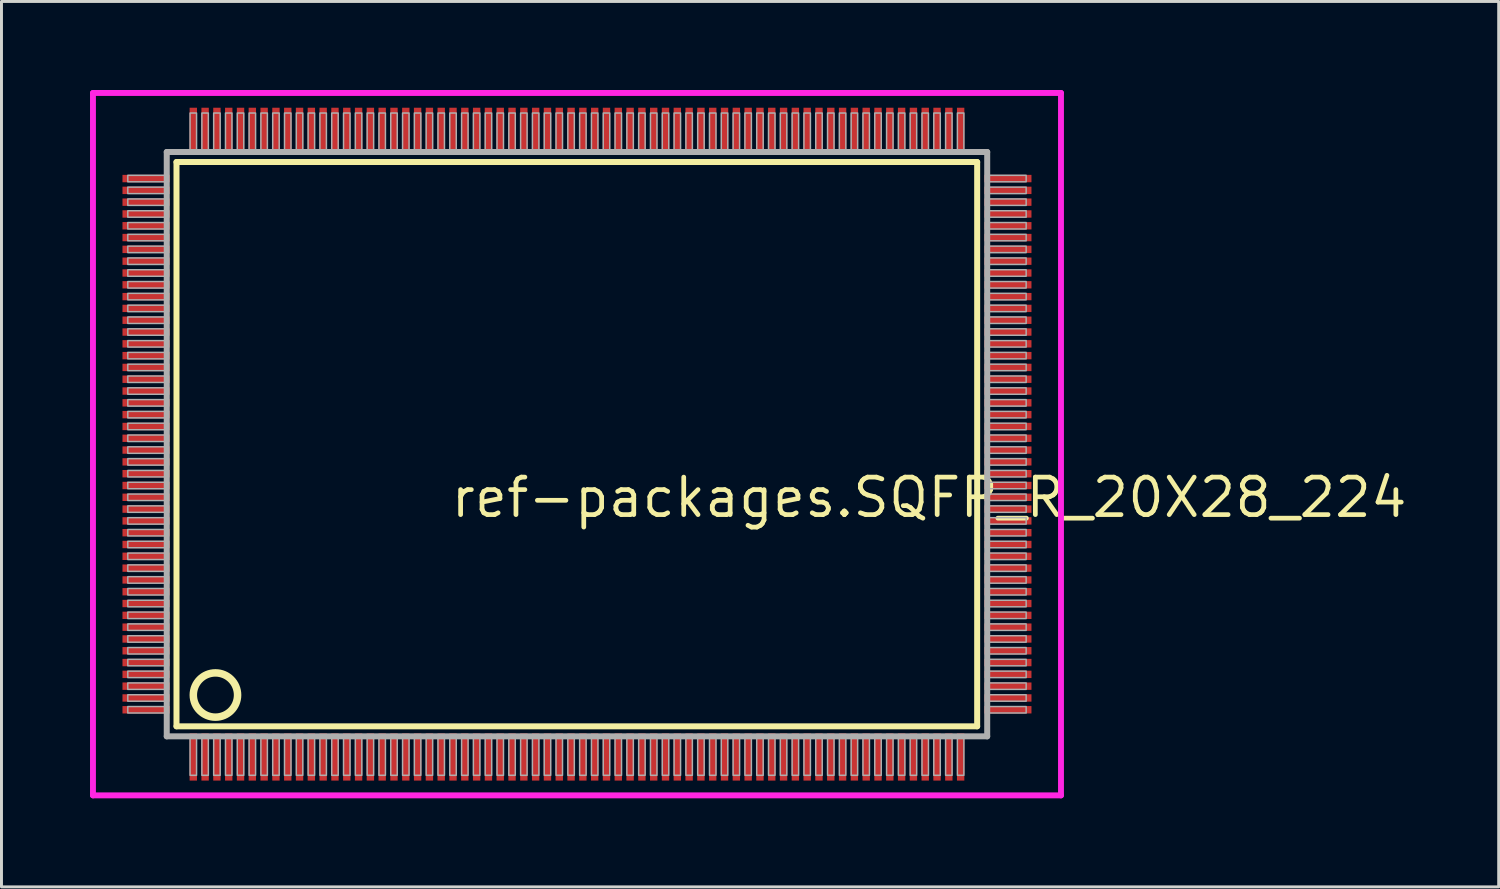
<source format=kicad_pcb>
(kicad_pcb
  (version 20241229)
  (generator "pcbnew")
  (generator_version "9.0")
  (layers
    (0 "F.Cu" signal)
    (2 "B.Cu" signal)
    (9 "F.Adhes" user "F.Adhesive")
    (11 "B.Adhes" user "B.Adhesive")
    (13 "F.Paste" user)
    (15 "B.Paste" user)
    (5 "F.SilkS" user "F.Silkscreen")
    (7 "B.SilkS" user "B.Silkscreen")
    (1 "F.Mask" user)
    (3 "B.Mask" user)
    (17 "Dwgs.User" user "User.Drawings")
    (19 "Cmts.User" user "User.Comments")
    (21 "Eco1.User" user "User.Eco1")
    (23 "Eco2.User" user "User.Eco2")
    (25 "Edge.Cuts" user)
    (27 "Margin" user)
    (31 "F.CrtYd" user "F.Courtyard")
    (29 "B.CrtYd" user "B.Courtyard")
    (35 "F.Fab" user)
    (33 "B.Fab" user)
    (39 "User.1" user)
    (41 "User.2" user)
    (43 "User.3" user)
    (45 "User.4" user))
  (footprint "ref-packages.SQFP_R_20X28_224"
    (layer "F.Cu")
    (at 16.5 12)
    (property "Reference" "ref-packages.SQFP_R_20X28_224" (at -4.35 2.55 0) (layer "F.SilkS") (effects (font (size 1.27 1.27) (thickness 0.16)) (justify left bottom)))
    (attr smd)
    (fp_line (start -13.57 -9.56) (end 13.56 -9.56) (stroke (width 0.203) (type default)) (layer "F.SilkS"))
    (fp_line (start -13.57 9.56) (end -13.57 -9.56) (stroke (width 0.203) (type default)) (layer "F.SilkS"))
    (fp_line (start 13.56 -9.56) (end 13.56 9.56) (stroke (width 0.203) (type default)) (layer "F.SilkS"))
    (fp_line (start 13.56 9.56) (end -13.57 9.56) (stroke (width 0.203) (type default)) (layer "F.SilkS"))
    (fp_circle (center -12.25 8.5) (end -11.5 8.5) (stroke (width 0.254) (type default)) (fill no) (layer "F.SilkS"))
    (fp_line (start -16.4 -11.9) (end 16.4 -11.9) (stroke (width 0.2) (type default)) (layer "F.CrtYd"))
    (fp_line (start -16.4 11.9) (end -16.4 -11.9) (stroke (width 0.2) (type default)) (layer "F.CrtYd"))
    (fp_line (start 16.4 -11.9) (end 16.4 11.9) (stroke (width 0.2) (type default)) (layer "F.CrtYd"))
    (fp_line (start 16.4 11.9) (end -16.4 11.9) (stroke (width 0.2) (type default)) (layer "F.CrtYd"))
    (fp_line (start -13.9 -9.9) (end -13.9 9.9) (stroke (width 0.203) (type default)) (layer "F.Fab"))
    (fp_line (start -13.9 9.9) (end 13.9 9.9) (stroke (width 0.203) (type default)) (layer "F.Fab"))
    (fp_line (start 13.9 -9.9) (end -13.9 -9.9) (stroke (width 0.203) (type default)) (layer "F.Fab"))
    (fp_line (start 13.9 9.9) (end 13.9 -9.9) (stroke (width 0.203) (type default)) (layer "F.Fab"))
    (fp_rect (start -15.22 -8.89) (end -13.95 -9.11) (stroke (width 0.05) (type default)) (fill no) (layer "F.Fab"))
    (fp_rect (start -15.22 -8.49) (end -13.95 -8.71) (stroke (width 0.05) (type default)) (fill no) (layer "F.Fab"))
    (fp_rect (start -15.22 -8.09) (end -13.95 -8.31) (stroke (width 0.05) (type default)) (fill no) (layer "F.Fab"))
    (fp_rect (start -15.22 -7.69) (end -13.95 -7.91) (stroke (width 0.05) (type default)) (fill no) (layer "F.Fab"))
    (fp_rect (start -15.22 -7.29) (end -13.95 -7.51) (stroke (width 0.05) (type default)) (fill no) (layer "F.Fab"))
    (fp_rect (start -15.22 -6.89) (end -13.95 -7.11) (stroke (width 0.05) (type default)) (fill no) (layer "F.Fab"))
    (fp_rect (start -15.22 -6.49) (end -13.95 -6.71) (stroke (width 0.05) (type default)) (fill no) (layer "F.Fab"))
    (fp_rect (start -15.22 -6.09) (end -13.95 -6.31) (stroke (width 0.05) (type default)) (fill no) (layer "F.Fab"))
    (fp_rect (start -15.22 -5.69) (end -13.95 -5.91) (stroke (width 0.05) (type default)) (fill no) (layer "F.Fab"))
    (fp_rect (start -15.22 -5.29) (end -13.95 -5.51) (stroke (width 0.05) (type default)) (fill no) (layer "F.Fab"))
    (fp_rect (start -15.22 -4.89) (end -13.95 -5.11) (stroke (width 0.05) (type default)) (fill no) (layer "F.Fab"))
    (fp_rect (start -15.22 -4.49) (end -13.95 -4.71) (stroke (width 0.05) (type default)) (fill no) (layer "F.Fab"))
    (fp_rect (start -15.22 -4.09) (end -13.95 -4.31) (stroke (width 0.05) (type default)) (fill no) (layer "F.Fab"))
    (fp_rect (start -15.22 -3.69) (end -13.95 -3.91) (stroke (width 0.05) (type default)) (fill no) (layer "F.Fab"))
    (fp_rect (start -15.22 -3.29) (end -13.95 -3.51) (stroke (width 0.05) (type default)) (fill no) (layer "F.Fab"))
    (fp_rect (start -15.22 -2.89) (end -13.95 -3.11) (stroke (width 0.05) (type default)) (fill no) (layer "F.Fab"))
    (fp_rect (start -15.22 -2.49) (end -13.95 -2.71) (stroke (width 0.05) (type default)) (fill no) (layer "F.Fab"))
    (fp_rect (start -15.22 -2.09) (end -13.95 -2.31) (stroke (width 0.05) (type default)) (fill no) (layer "F.Fab"))
    (fp_rect (start -15.22 -1.69) (end -13.95 -1.91) (stroke (width 0.05) (type default)) (fill no) (layer "F.Fab"))
    (fp_rect (start -15.22 -1.29) (end -13.95 -1.51) (stroke (width 0.05) (type default)) (fill no) (layer "F.Fab"))
    (fp_rect (start -15.22 -0.89) (end -13.95 -1.11) (stroke (width 0.05) (type default)) (fill no) (layer "F.Fab"))
    (fp_rect (start -15.22 -0.49) (end -13.95 -0.71) (stroke (width 0.05) (type default)) (fill no) (layer "F.Fab"))
    (fp_rect (start -15.22 -0.09) (end -13.95 -0.31) (stroke (width 0.05) (type default)) (fill no) (layer "F.Fab"))
    (fp_rect (start -15.22 0.31) (end -13.95 0.09) (stroke (width 0.05) (type default)) (fill no) (layer "F.Fab"))
    (fp_rect (start -15.22 0.71) (end -13.95 0.49) (stroke (width 0.05) (type default)) (fill no) (layer "F.Fab"))
    (fp_rect (start -15.22 1.11) (end -13.95 0.89) (stroke (width 0.05) (type default)) (fill no) (layer "F.Fab"))
    (fp_rect (start -15.22 1.51) (end -13.95 1.29) (stroke (width 0.05) (type default)) (fill no) (layer "F.Fab"))
    (fp_rect (start -15.22 1.91) (end -13.95 1.69) (stroke (width 0.05) (type default)) (fill no) (layer "F.Fab"))
    (fp_rect (start -15.22 2.31) (end -13.95 2.09) (stroke (width 0.05) (type default)) (fill no) (layer "F.Fab"))
    (fp_rect (start -15.22 2.71) (end -13.95 2.49) (stroke (width 0.05) (type default)) (fill no) (layer "F.Fab"))
    (fp_rect (start -15.22 3.11) (end -13.95 2.89) (stroke (width 0.05) (type default)) (fill no) (layer "F.Fab"))
    (fp_rect (start -15.22 3.51) (end -13.95 3.29) (stroke (width 0.05) (type default)) (fill no) (layer "F.Fab"))
    (fp_rect (start -15.22 3.91) (end -13.95 3.69) (stroke (width 0.05) (type default)) (fill no) (layer "F.Fab"))
    (fp_rect (start -15.22 4.31) (end -13.95 4.09) (stroke (width 0.05) (type default)) (fill no) (layer "F.Fab"))
    (fp_rect (start -15.22 4.71) (end -13.95 4.49) (stroke (width 0.05) (type default)) (fill no) (layer "F.Fab"))
    (fp_rect (start -15.22 5.11) (end -13.95 4.89) (stroke (width 0.05) (type default)) (fill no) (layer "F.Fab"))
    (fp_rect (start -15.22 5.51) (end -13.95 5.29) (stroke (width 0.05) (type default)) (fill no) (layer "F.Fab"))
    (fp_rect (start -15.22 5.91) (end -13.95 5.69) (stroke (width 0.05) (type default)) (fill no) (layer "F.Fab"))
    (fp_rect (start -15.22 6.31) (end -13.95 6.09) (stroke (width 0.05) (type default)) (fill no) (layer "F.Fab"))
    (fp_rect (start -15.22 6.71) (end -13.95 6.49) (stroke (width 0.05) (type default)) (fill no) (layer "F.Fab"))
    (fp_rect (start -15.22 7.11) (end -13.95 6.89) (stroke (width 0.05) (type default)) (fill no) (layer "F.Fab"))
    (fp_rect (start -15.22 7.51) (end -13.95 7.29) (stroke (width 0.05) (type default)) (fill no) (layer "F.Fab"))
    (fp_rect (start -15.22 7.91) (end -13.95 7.69) (stroke (width 0.05) (type default)) (fill no) (layer "F.Fab"))
    (fp_rect (start -15.22 8.31) (end -13.95 8.09) (stroke (width 0.05) (type default)) (fill no) (layer "F.Fab"))
    (fp_rect (start -15.22 8.71) (end -13.95 8.49) (stroke (width 0.05) (type default)) (fill no) (layer "F.Fab"))
    (fp_rect (start -15.22 9.11) (end -13.95 8.89) (stroke (width 0.05) (type default)) (fill no) (layer "F.Fab"))
    (fp_rect (start -13.11 -9.93) (end -12.89 -11.22) (stroke (width 0.05) (type default)) (fill no) (layer "F.Fab"))
    (fp_rect (start -13.11 11.22) (end -12.89 9.93) (stroke (width 0.05) (type default)) (fill no) (layer "F.Fab"))
    (fp_rect (start -12.71 -9.93) (end -12.49 -11.22) (stroke (width 0.05) (type default)) (fill no) (layer "F.Fab"))
    (fp_rect (start -12.71 11.22) (end -12.49 9.93) (stroke (width 0.05) (type default)) (fill no) (layer "F.Fab"))
    (fp_rect (start -12.31 -9.93) (end -12.09 -11.22) (stroke (width 0.05) (type default)) (fill no) (layer "F.Fab"))
    (fp_rect (start -12.31 11.22) (end -12.09 9.93) (stroke (width 0.05) (type default)) (fill no) (layer "F.Fab"))
    (fp_rect (start -11.91 -9.93) (end -11.69 -11.22) (stroke (width 0.05) (type default)) (fill no) (layer "F.Fab"))
    (fp_rect (start -11.91 11.22) (end -11.69 9.93) (stroke (width 0.05) (type default)) (fill no) (layer "F.Fab"))
    (fp_rect (start -11.51 -9.93) (end -11.29 -11.22) (stroke (width 0.05) (type default)) (fill no) (layer "F.Fab"))
    (fp_rect (start -11.51 11.22) (end -11.29 9.93) (stroke (width 0.05) (type default)) (fill no) (layer "F.Fab"))
    (fp_rect (start -11.11 -9.93) (end -10.89 -11.22) (stroke (width 0.05) (type default)) (fill no) (layer "F.Fab"))
    (fp_rect (start -11.11 11.22) (end -10.89 9.93) (stroke (width 0.05) (type default)) (fill no) (layer "F.Fab"))
    (fp_rect (start -10.71 -9.93) (end -10.49 -11.22) (stroke (width 0.05) (type default)) (fill no) (layer "F.Fab"))
    (fp_rect (start -10.71 11.22) (end -10.49 9.93) (stroke (width 0.05) (type default)) (fill no) (layer "F.Fab"))
    (fp_rect (start -10.31 -9.93) (end -10.09 -11.22) (stroke (width 0.05) (type default)) (fill no) (layer "F.Fab"))
    (fp_rect (start -10.31 11.22) (end -10.09 9.93) (stroke (width 0.05) (type default)) (fill no) (layer "F.Fab"))
    (fp_rect (start -9.91 -9.93) (end -9.69 -11.22) (stroke (width 0.05) (type default)) (fill no) (layer "F.Fab"))
    (fp_rect (start -9.91 11.22) (end -9.69 9.93) (stroke (width 0.05) (type default)) (fill no) (layer "F.Fab"))
    (fp_rect (start -9.51 -9.93) (end -9.29 -11.22) (stroke (width 0.05) (type default)) (fill no) (layer "F.Fab"))
    (fp_rect (start -9.51 11.22) (end -9.29 9.93) (stroke (width 0.05) (type default)) (fill no) (layer "F.Fab"))
    (fp_rect (start -9.11 -9.93) (end -8.89 -11.22) (stroke (width 0.05) (type default)) (fill no) (layer "F.Fab"))
    (fp_rect (start -9.11 11.22) (end -8.89 9.93) (stroke (width 0.05) (type default)) (fill no) (layer "F.Fab"))
    (fp_rect (start -8.71 -9.93) (end -8.49 -11.22) (stroke (width 0.05) (type default)) (fill no) (layer "F.Fab"))
    (fp_rect (start -8.71 11.22) (end -8.49 9.93) (stroke (width 0.05) (type default)) (fill no) (layer "F.Fab"))
    (fp_rect (start -8.31 -9.93) (end -8.09 -11.22) (stroke (width 0.05) (type default)) (fill no) (layer "F.Fab"))
    (fp_rect (start -8.31 11.22) (end -8.09 9.93) (stroke (width 0.05) (type default)) (fill no) (layer "F.Fab"))
    (fp_rect (start -7.91 -9.93) (end -7.69 -11.22) (stroke (width 0.05) (type default)) (fill no) (layer "F.Fab"))
    (fp_rect (start -7.91 11.22) (end -7.69 9.93) (stroke (width 0.05) (type default)) (fill no) (layer "F.Fab"))
    (fp_rect (start -7.51 -9.93) (end -7.29 -11.22) (stroke (width 0.05) (type default)) (fill no) (layer "F.Fab"))
    (fp_rect (start -7.51 11.22) (end -7.29 9.93) (stroke (width 0.05) (type default)) (fill no) (layer "F.Fab"))
    (fp_rect (start -7.11 -9.93) (end -6.89 -11.22) (stroke (width 0.05) (type default)) (fill no) (layer "F.Fab"))
    (fp_rect (start -7.11 11.22) (end -6.89 9.93) (stroke (width 0.05) (type default)) (fill no) (layer "F.Fab"))
    (fp_rect (start -6.71 -9.93) (end -6.49 -11.22) (stroke (width 0.05) (type default)) (fill no) (layer "F.Fab"))
    (fp_rect (start -6.71 11.22) (end -6.49 9.93) (stroke (width 0.05) (type default)) (fill no) (layer "F.Fab"))
    (fp_rect (start -6.31 -9.93) (end -6.09 -11.22) (stroke (width 0.05) (type default)) (fill no) (layer "F.Fab"))
    (fp_rect (start -6.31 11.22) (end -6.09 9.93) (stroke (width 0.05) (type default)) (fill no) (layer "F.Fab"))
    (fp_rect (start -5.91 -9.93) (end -5.69 -11.22) (stroke (width 0.05) (type default)) (fill no) (layer "F.Fab"))
    (fp_rect (start -5.91 11.22) (end -5.69 9.93) (stroke (width 0.05) (type default)) (fill no) (layer "F.Fab"))
    (fp_rect (start -5.51 -9.93) (end -5.29 -11.22) (stroke (width 0.05) (type default)) (fill no) (layer "F.Fab"))
    (fp_rect (start -5.51 11.22) (end -5.29 9.93) (stroke (width 0.05) (type default)) (fill no) (layer "F.Fab"))
    (fp_rect (start -5.11 -9.93) (end -4.89 -11.22) (stroke (width 0.05) (type default)) (fill no) (layer "F.Fab"))
    (fp_rect (start -5.11 11.22) (end -4.89 9.93) (stroke (width 0.05) (type default)) (fill no) (layer "F.Fab"))
    (fp_rect (start -4.71 -9.93) (end -4.49 -11.22) (stroke (width 0.05) (type default)) (fill no) (layer "F.Fab"))
    (fp_rect (start -4.71 11.22) (end -4.49 9.93) (stroke (width 0.05) (type default)) (fill no) (layer "F.Fab"))
    (fp_rect (start -4.31 -9.93) (end -4.09 -11.22) (stroke (width 0.05) (type default)) (fill no) (layer "F.Fab"))
    (fp_rect (start -4.31 11.22) (end -4.09 9.93) (stroke (width 0.05) (type default)) (fill no) (layer "F.Fab"))
    (fp_rect (start -3.91 -9.93) (end -3.69 -11.22) (stroke (width 0.05) (type default)) (fill no) (layer "F.Fab"))
    (fp_rect (start -3.91 11.22) (end -3.69 9.93) (stroke (width 0.05) (type default)) (fill no) (layer "F.Fab"))
    (fp_rect (start -3.51 -9.93) (end -3.29 -11.22) (stroke (width 0.05) (type default)) (fill no) (layer "F.Fab"))
    (fp_rect (start -3.51 11.22) (end -3.29 9.93) (stroke (width 0.05) (type default)) (fill no) (layer "F.Fab"))
    (fp_rect (start -3.11 -9.93) (end -2.89 -11.22) (stroke (width 0.05) (type default)) (fill no) (layer "F.Fab"))
    (fp_rect (start -3.11 11.22) (end -2.89 9.93) (stroke (width 0.05) (type default)) (fill no) (layer "F.Fab"))
    (fp_rect (start -2.71 -9.93) (end -2.49 -11.22) (stroke (width 0.05) (type default)) (fill no) (layer "F.Fab"))
    (fp_rect (start -2.71 11.22) (end -2.49 9.93) (stroke (width 0.05) (type default)) (fill no) (layer "F.Fab"))
    (fp_rect (start -2.31 -9.93) (end -2.09 -11.22) (stroke (width 0.05) (type default)) (fill no) (layer "F.Fab"))
    (fp_rect (start -2.31 11.22) (end -2.09 9.93) (stroke (width 0.05) (type default)) (fill no) (layer "F.Fab"))
    (fp_rect (start -1.91 -9.93) (end -1.69 -11.22) (stroke (width 0.05) (type default)) (fill no) (layer "F.Fab"))
    (fp_rect (start -1.91 11.22) (end -1.69 9.93) (stroke (width 0.05) (type default)) (fill no) (layer "F.Fab"))
    (fp_rect (start -1.51 -9.93) (end -1.29 -11.22) (stroke (width 0.05) (type default)) (fill no) (layer "F.Fab"))
    (fp_rect (start -1.51 11.22) (end -1.29 9.93) (stroke (width 0.05) (type default)) (fill no) (layer "F.Fab"))
    (fp_rect (start -1.11 -9.93) (end -0.89 -11.22) (stroke (width 0.05) (type default)) (fill no) (layer "F.Fab"))
    (fp_rect (start -1.11 11.22) (end -0.89 9.93) (stroke (width 0.05) (type default)) (fill no) (layer "F.Fab"))
    (fp_rect (start -0.71 -9.93) (end -0.49 -11.22) (stroke (width 0.05) (type default)) (fill no) (layer "F.Fab"))
    (fp_rect (start -0.71 11.22) (end -0.49 9.93) (stroke (width 0.05) (type default)) (fill no) (layer "F.Fab"))
    (fp_rect (start -0.31 -9.93) (end -0.09 -11.22) (stroke (width 0.05) (type default)) (fill no) (layer "F.Fab"))
    (fp_rect (start -0.31 11.22) (end -0.09 9.93) (stroke (width 0.05) (type default)) (fill no) (layer "F.Fab"))
    (fp_rect (start 0.09 -9.93) (end 0.31 -11.22) (stroke (width 0.05) (type default)) (fill no) (layer "F.Fab"))
    (fp_rect (start 0.09 11.22) (end 0.31 9.93) (stroke (width 0.05) (type default)) (fill no) (layer "F.Fab"))
    (fp_rect (start 0.49 -9.93) (end 0.71 -11.22) (stroke (width 0.05) (type default)) (fill no) (layer "F.Fab"))
    (fp_rect (start 0.49 11.22) (end 0.71 9.93) (stroke (width 0.05) (type default)) (fill no) (layer "F.Fab"))
    (fp_rect (start 0.89 -9.93) (end 1.11 -11.22) (stroke (width 0.05) (type default)) (fill no) (layer "F.Fab"))
    (fp_rect (start 0.89 11.22) (end 1.11 9.93) (stroke (width 0.05) (type default)) (fill no) (layer "F.Fab"))
    (fp_rect (start 1.29 -9.93) (end 1.51 -11.22) (stroke (width 0.05) (type default)) (fill no) (layer "F.Fab"))
    (fp_rect (start 1.29 11.22) (end 1.51 9.93) (stroke (width 0.05) (type default)) (fill no) (layer "F.Fab"))
    (fp_rect (start 1.69 -9.93) (end 1.91 -11.22) (stroke (width 0.05) (type default)) (fill no) (layer "F.Fab"))
    (fp_rect (start 1.69 11.22) (end 1.91 9.93) (stroke (width 0.05) (type default)) (fill no) (layer "F.Fab"))
    (fp_rect (start 2.09 -9.93) (end 2.31 -11.22) (stroke (width 0.05) (type default)) (fill no) (layer "F.Fab"))
    (fp_rect (start 2.09 11.22) (end 2.31 9.93) (stroke (width 0.05) (type default)) (fill no) (layer "F.Fab"))
    (fp_rect (start 2.49 -9.93) (end 2.71 -11.22) (stroke (width 0.05) (type default)) (fill no) (layer "F.Fab"))
    (fp_rect (start 2.49 11.22) (end 2.71 9.93) (stroke (width 0.05) (type default)) (fill no) (layer "F.Fab"))
    (fp_rect (start 2.89 -9.93) (end 3.11 -11.22) (stroke (width 0.05) (type default)) (fill no) (layer "F.Fab"))
    (fp_rect (start 2.89 11.22) (end 3.11 9.93) (stroke (width 0.05) (type default)) (fill no) (layer "F.Fab"))
    (fp_rect (start 3.29 -9.93) (end 3.51 -11.22) (stroke (width 0.05) (type default)) (fill no) (layer "F.Fab"))
    (fp_rect (start 3.29 11.22) (end 3.51 9.93) (stroke (width 0.05) (type default)) (fill no) (layer "F.Fab"))
    (fp_rect (start 3.69 -9.93) (end 3.91 -11.22) (stroke (width 0.05) (type default)) (fill no) (layer "F.Fab"))
    (fp_rect (start 3.69 11.22) (end 3.91 9.93) (stroke (width 0.05) (type default)) (fill no) (layer "F.Fab"))
    (fp_rect (start 4.09 -9.93) (end 4.31 -11.22) (stroke (width 0.05) (type default)) (fill no) (layer "F.Fab"))
    (fp_rect (start 4.09 11.22) (end 4.31 9.93) (stroke (width 0.05) (type default)) (fill no) (layer "F.Fab"))
    (fp_rect (start 4.49 -9.93) (end 4.71 -11.22) (stroke (width 0.05) (type default)) (fill no) (layer "F.Fab"))
    (fp_rect (start 4.49 11.22) (end 4.71 9.93) (stroke (width 0.05) (type default)) (fill no) (layer "F.Fab"))
    (fp_rect (start 4.89 -9.93) (end 5.11 -11.22) (stroke (width 0.05) (type default)) (fill no) (layer "F.Fab"))
    (fp_rect (start 4.89 11.22) (end 5.11 9.93) (stroke (width 0.05) (type default)) (fill no) (layer "F.Fab"))
    (fp_rect (start 5.29 -9.93) (end 5.51 -11.22) (stroke (width 0.05) (type default)) (fill no) (layer "F.Fab"))
    (fp_rect (start 5.29 11.22) (end 5.51 9.93) (stroke (width 0.05) (type default)) (fill no) (layer "F.Fab"))
    (fp_rect (start 5.69 -9.93) (end 5.91 -11.22) (stroke (width 0.05) (type default)) (fill no) (layer "F.Fab"))
    (fp_rect (start 5.69 11.22) (end 5.91 9.93) (stroke (width 0.05) (type default)) (fill no) (layer "F.Fab"))
    (fp_rect (start 6.09 -9.93) (end 6.31 -11.22) (stroke (width 0.05) (type default)) (fill no) (layer "F.Fab"))
    (fp_rect (start 6.09 11.22) (end 6.31 9.93) (stroke (width 0.05) (type default)) (fill no) (layer "F.Fab"))
    (fp_rect (start 6.49 -9.93) (end 6.71 -11.22) (stroke (width 0.05) (type default)) (fill no) (layer "F.Fab"))
    (fp_rect (start 6.49 11.22) (end 6.71 9.93) (stroke (width 0.05) (type default)) (fill no) (layer "F.Fab"))
    (fp_rect (start 6.89 -9.93) (end 7.11 -11.22) (stroke (width 0.05) (type default)) (fill no) (layer "F.Fab"))
    (fp_rect (start 6.89 11.22) (end 7.11 9.93) (stroke (width 0.05) (type default)) (fill no) (layer "F.Fab"))
    (fp_rect (start 7.29 -9.93) (end 7.51 -11.22) (stroke (width 0.05) (type default)) (fill no) (layer "F.Fab"))
    (fp_rect (start 7.29 11.22) (end 7.51 9.93) (stroke (width 0.05) (type default)) (fill no) (layer "F.Fab"))
    (fp_rect (start 7.69 -9.93) (end 7.91 -11.22) (stroke (width 0.05) (type default)) (fill no) (layer "F.Fab"))
    (fp_rect (start 7.69 11.22) (end 7.91 9.93) (stroke (width 0.05) (type default)) (fill no) (layer "F.Fab"))
    (fp_rect (start 8.09 -9.93) (end 8.31 -11.22) (stroke (width 0.05) (type default)) (fill no) (layer "F.Fab"))
    (fp_rect (start 8.09 11.22) (end 8.31 9.93) (stroke (width 0.05) (type default)) (fill no) (layer "F.Fab"))
    (fp_rect (start 8.49 -9.93) (end 8.71 -11.22) (stroke (width 0.05) (type default)) (fill no) (layer "F.Fab"))
    (fp_rect (start 8.49 11.22) (end 8.71 9.93) (stroke (width 0.05) (type default)) (fill no) (layer "F.Fab"))
    (fp_rect (start 8.89 -9.93) (end 9.11 -11.22) (stroke (width 0.05) (type default)) (fill no) (layer "F.Fab"))
    (fp_rect (start 8.89 11.22) (end 9.11 9.93) (stroke (width 0.05) (type default)) (fill no) (layer "F.Fab"))
    (fp_rect (start 9.29 -9.93) (end 9.51 -11.22) (stroke (width 0.05) (type default)) (fill no) (layer "F.Fab"))
    (fp_rect (start 9.29 11.22) (end 9.51 9.93) (stroke (width 0.05) (type default)) (fill no) (layer "F.Fab"))
    (fp_rect (start 9.69 -9.93) (end 9.91 -11.22) (stroke (width 0.05) (type default)) (fill no) (layer "F.Fab"))
    (fp_rect (start 9.69 11.22) (end 9.91 9.93) (stroke (width 0.05) (type default)) (fill no) (layer "F.Fab"))
    (fp_rect (start 10.09 -9.93) (end 10.31 -11.22) (stroke (width 0.05) (type default)) (fill no) (layer "F.Fab"))
    (fp_rect (start 10.09 11.22) (end 10.31 9.93) (stroke (width 0.05) (type default)) (fill no) (layer "F.Fab"))
    (fp_rect (start 10.49 -9.93) (end 10.71 -11.22) (stroke (width 0.05) (type default)) (fill no) (layer "F.Fab"))
    (fp_rect (start 10.49 11.22) (end 10.71 9.93) (stroke (width 0.05) (type default)) (fill no) (layer "F.Fab"))
    (fp_rect (start 10.89 -9.93) (end 11.11 -11.22) (stroke (width 0.05) (type default)) (fill no) (layer "F.Fab"))
    (fp_rect (start 10.89 11.22) (end 11.11 9.93) (stroke (width 0.05) (type default)) (fill no) (layer "F.Fab"))
    (fp_rect (start 11.29 -9.93) (end 11.51 -11.22) (stroke (width 0.05) (type default)) (fill no) (layer "F.Fab"))
    (fp_rect (start 11.29 11.22) (end 11.51 9.93) (stroke (width 0.05) (type default)) (fill no) (layer "F.Fab"))
    (fp_rect (start 11.69 -9.93) (end 11.91 -11.22) (stroke (width 0.05) (type default)) (fill no) (layer "F.Fab"))
    (fp_rect (start 11.69 11.22) (end 11.91 9.93) (stroke (width 0.05) (type default)) (fill no) (layer "F.Fab"))
    (fp_rect (start 12.09 -9.93) (end 12.31 -11.22) (stroke (width 0.05) (type default)) (fill no) (layer "F.Fab"))
    (fp_rect (start 12.09 11.22) (end 12.31 9.93) (stroke (width 0.05) (type default)) (fill no) (layer "F.Fab"))
    (fp_rect (start 12.49 -9.93) (end 12.71 -11.22) (stroke (width 0.05) (type default)) (fill no) (layer "F.Fab"))
    (fp_rect (start 12.49 11.22) (end 12.71 9.93) (stroke (width 0.05) (type default)) (fill no) (layer "F.Fab"))
    (fp_rect (start 12.89 -9.93) (end 13.11 -11.22) (stroke (width 0.05) (type default)) (fill no) (layer "F.Fab"))
    (fp_rect (start 12.89 11.22) (end 13.11 9.93) (stroke (width 0.05) (type default)) (fill no) (layer "F.Fab"))
    (fp_rect (start 13.95 -8.89) (end 15.22 -9.11) (stroke (width 0.05) (type default)) (fill no) (layer "F.Fab"))
    (fp_rect (start 13.95 -8.49) (end 15.22 -8.71) (stroke (width 0.05) (type default)) (fill no) (layer "F.Fab"))
    (fp_rect (start 13.95 -8.09) (end 15.22 -8.31) (stroke (width 0.05) (type default)) (fill no) (layer "F.Fab"))
    (fp_rect (start 13.95 -7.69) (end 15.22 -7.91) (stroke (width 0.05) (type default)) (fill no) (layer "F.Fab"))
    (fp_rect (start 13.95 -7.29) (end 15.22 -7.51) (stroke (width 0.05) (type default)) (fill no) (layer "F.Fab"))
    (fp_rect (start 13.95 -6.89) (end 15.22 -7.11) (stroke (width 0.05) (type default)) (fill no) (layer "F.Fab"))
    (fp_rect (start 13.95 -6.49) (end 15.22 -6.71) (stroke (width 0.05) (type default)) (fill no) (layer "F.Fab"))
    (fp_rect (start 13.95 -6.09) (end 15.22 -6.31) (stroke (width 0.05) (type default)) (fill no) (layer "F.Fab"))
    (fp_rect (start 13.95 -5.69) (end 15.22 -5.91) (stroke (width 0.05) (type default)) (fill no) (layer "F.Fab"))
    (fp_rect (start 13.95 -5.29) (end 15.22 -5.51) (stroke (width 0.05) (type default)) (fill no) (layer "F.Fab"))
    (fp_rect (start 13.95 -4.89) (end 15.22 -5.11) (stroke (width 0.05) (type default)) (fill no) (layer "F.Fab"))
    (fp_rect (start 13.95 -4.49) (end 15.22 -4.71) (stroke (width 0.05) (type default)) (fill no) (layer "F.Fab"))
    (fp_rect (start 13.95 -4.09) (end 15.22 -4.31) (stroke (width 0.05) (type default)) (fill no) (layer "F.Fab"))
    (fp_rect (start 13.95 -3.69) (end 15.22 -3.91) (stroke (width 0.05) (type default)) (fill no) (layer "F.Fab"))
    (fp_rect (start 13.95 -3.29) (end 15.22 -3.51) (stroke (width 0.05) (type default)) (fill no) (layer "F.Fab"))
    (fp_rect (start 13.95 -2.89) (end 15.22 -3.11) (stroke (width 0.05) (type default)) (fill no) (layer "F.Fab"))
    (fp_rect (start 13.95 -2.49) (end 15.22 -2.71) (stroke (width 0.05) (type default)) (fill no) (layer "F.Fab"))
    (fp_rect (start 13.95 -2.09) (end 15.22 -2.31) (stroke (width 0.05) (type default)) (fill no) (layer "F.Fab"))
    (fp_rect (start 13.95 -1.69) (end 15.22 -1.91) (stroke (width 0.05) (type default)) (fill no) (layer "F.Fab"))
    (fp_rect (start 13.95 -1.29) (end 15.22 -1.51) (stroke (width 0.05) (type default)) (fill no) (layer "F.Fab"))
    (fp_rect (start 13.95 -0.89) (end 15.22 -1.11) (stroke (width 0.05) (type default)) (fill no) (layer "F.Fab"))
    (fp_rect (start 13.95 -0.49) (end 15.22 -0.71) (stroke (width 0.05) (type default)) (fill no) (layer "F.Fab"))
    (fp_rect (start 13.95 -0.09) (end 15.22 -0.31) (stroke (width 0.05) (type default)) (fill no) (layer "F.Fab"))
    (fp_rect (start 13.95 0.31) (end 15.22 0.09) (stroke (width 0.05) (type default)) (fill no) (layer "F.Fab"))
    (fp_rect (start 13.95 0.71) (end 15.22 0.49) (stroke (width 0.05) (type default)) (fill no) (layer "F.Fab"))
    (fp_rect (start 13.95 1.11) (end 15.22 0.89) (stroke (width 0.05) (type default)) (fill no) (layer "F.Fab"))
    (fp_rect (start 13.95 1.51) (end 15.22 1.29) (stroke (width 0.05) (type default)) (fill no) (layer "F.Fab"))
    (fp_rect (start 13.95 1.91) (end 15.22 1.69) (stroke (width 0.05) (type default)) (fill no) (layer "F.Fab"))
    (fp_rect (start 13.95 2.31) (end 15.22 2.09) (stroke (width 0.05) (type default)) (fill no) (layer "F.Fab"))
    (fp_rect (start 13.95 2.71) (end 15.22 2.49) (stroke (width 0.05) (type default)) (fill no) (layer "F.Fab"))
    (fp_rect (start 13.95 3.11) (end 15.22 2.89) (stroke (width 0.05) (type default)) (fill no) (layer "F.Fab"))
    (fp_rect (start 13.95 3.51) (end 15.22 3.29) (stroke (width 0.05) (type default)) (fill no) (layer "F.Fab"))
    (fp_rect (start 13.95 3.91) (end 15.22 3.69) (stroke (width 0.05) (type default)) (fill no) (layer "F.Fab"))
    (fp_rect (start 13.95 4.31) (end 15.22 4.09) (stroke (width 0.05) (type default)) (fill no) (layer "F.Fab"))
    (fp_rect (start 13.95 4.71) (end 15.22 4.49) (stroke (width 0.05) (type default)) (fill no) (layer "F.Fab"))
    (fp_rect (start 13.95 5.11) (end 15.22 4.89) (stroke (width 0.05) (type default)) (fill no) (layer "F.Fab"))
    (fp_rect (start 13.95 5.51) (end 15.22 5.29) (stroke (width 0.05) (type default)) (fill no) (layer "F.Fab"))
    (fp_rect (start 13.95 5.91) (end 15.22 5.69) (stroke (width 0.05) (type default)) (fill no) (layer "F.Fab"))
    (fp_rect (start 13.95 6.31) (end 15.22 6.09) (stroke (width 0.05) (type default)) (fill no) (layer "F.Fab"))
    (fp_rect (start 13.95 6.71) (end 15.22 6.49) (stroke (width 0.05) (type default)) (fill no) (layer "F.Fab"))
    (fp_rect (start 13.95 7.11) (end 15.22 6.89) (stroke (width 0.05) (type default)) (fill no) (layer "F.Fab"))
    (fp_rect (start 13.95 7.51) (end 15.22 7.29) (stroke (width 0.05) (type default)) (fill no) (layer "F.Fab"))
    (fp_rect (start 13.95 7.91) (end 15.22 7.69) (stroke (width 0.05) (type default)) (fill no) (layer "F.Fab"))
    (fp_rect (start 13.95 8.31) (end 15.22 8.09) (stroke (width 0.05) (type default)) (fill no) (layer "F.Fab"))
    (fp_rect (start 13.95 8.71) (end 15.22 8.49) (stroke (width 0.05) (type default)) (fill no) (layer "F.Fab"))
    (fp_rect (start 13.95 9.11) (end 15.22 8.89) (stroke (width 0.05) (type default)) (fill no) (layer "F.Fab"))
    (pad "1" smd roundrect (at -13 10.6) (size 0.25 1.6) (layers "F.Cu" "F.Mask" "F.Paste") (roundrect_rratio 0.01))
    (pad "2" smd roundrect (at -12.6 10.6) (size 0.25 1.6) (layers "F.Cu" "F.Mask" "F.Paste") (roundrect_rratio 0.01))
    (pad "3" smd roundrect (at -12.2 10.6) (size 0.25 1.6) (layers "F.Cu" "F.Mask" "F.Paste") (roundrect_rratio 0.01))
    (pad "4" smd roundrect (at -11.8 10.6) (size 0.25 1.6) (layers "F.Cu" "F.Mask" "F.Paste") (roundrect_rratio 0.01))
    (pad "5" smd roundrect (at -11.4 10.6) (size 0.25 1.6) (layers "F.Cu" "F.Mask" "F.Paste") (roundrect_rratio 0.01))
    (pad "6" smd roundrect (at -11 10.6) (size 0.25 1.6) (layers "F.Cu" "F.Mask" "F.Paste") (roundrect_rratio 0.01))
    (pad "7" smd roundrect (at -10.6 10.6) (size 0.25 1.6) (layers "F.Cu" "F.Mask" "F.Paste") (roundrect_rratio 0.01))
    (pad "8" smd roundrect (at -10.2 10.6) (size 0.25 1.6) (layers "F.Cu" "F.Mask" "F.Paste") (roundrect_rratio 0.01))
    (pad "9" smd roundrect (at -9.8 10.6) (size 0.25 1.6) (layers "F.Cu" "F.Mask" "F.Paste") (roundrect_rratio 0.01))
    (pad "10" smd roundrect (at -9.4 10.6) (size 0.25 1.6) (layers "F.Cu" "F.Mask" "F.Paste") (roundrect_rratio 0.01))
    (pad "11" smd roundrect (at -9 10.6) (size 0.25 1.6) (layers "F.Cu" "F.Mask" "F.Paste") (roundrect_rratio 0.01))
    (pad "12" smd roundrect (at -8.6 10.6) (size 0.25 1.6) (layers "F.Cu" "F.Mask" "F.Paste") (roundrect_rratio 0.01))
    (pad "13" smd roundrect (at -8.2 10.6) (size 0.25 1.6) (layers "F.Cu" "F.Mask" "F.Paste") (roundrect_rratio 0.01))
    (pad "14" smd roundrect (at -7.8 10.6) (size 0.25 1.6) (layers "F.Cu" "F.Mask" "F.Paste") (roundrect_rratio 0.01))
    (pad "15" smd roundrect (at -7.4 10.6) (size 0.25 1.6) (layers "F.Cu" "F.Mask" "F.Paste") (roundrect_rratio 0.01))
    (pad "16" smd roundrect (at -7 10.6) (size 0.25 1.6) (layers "F.Cu" "F.Mask" "F.Paste") (roundrect_rratio 0.01))
    (pad "17" smd roundrect (at -6.6 10.6) (size 0.25 1.6) (layers "F.Cu" "F.Mask" "F.Paste") (roundrect_rratio 0.01))
    (pad "18" smd roundrect (at -6.2 10.6) (size 0.25 1.6) (layers "F.Cu" "F.Mask" "F.Paste") (roundrect_rratio 0.01))
    (pad "19" smd roundrect (at -5.8 10.6) (size 0.25 1.6) (layers "F.Cu" "F.Mask" "F.Paste") (roundrect_rratio 0.01))
    (pad "20" smd roundrect (at -5.4 10.6) (size 0.25 1.6) (layers "F.Cu" "F.Mask" "F.Paste") (roundrect_rratio 0.01))
    (pad "21" smd roundrect (at -5 10.6) (size 0.25 1.6) (layers "F.Cu" "F.Mask" "F.Paste") (roundrect_rratio 0.01))
    (pad "22" smd roundrect (at -4.6 10.6) (size 0.25 1.6) (layers "F.Cu" "F.Mask" "F.Paste") (roundrect_rratio 0.01))
    (pad "23" smd roundrect (at -4.2 10.6) (size 0.25 1.6) (layers "F.Cu" "F.Mask" "F.Paste") (roundrect_rratio 0.01))
    (pad "24" smd roundrect (at -3.8 10.6) (size 0.25 1.6) (layers "F.Cu" "F.Mask" "F.Paste") (roundrect_rratio 0.01))
    (pad "25" smd roundrect (at -3.4 10.6) (size 0.25 1.6) (layers "F.Cu" "F.Mask" "F.Paste") (roundrect_rratio 0.01))
    (pad "26" smd roundrect (at -3 10.6) (size 0.25 1.6) (layers "F.Cu" "F.Mask" "F.Paste") (roundrect_rratio 0.01))
    (pad "27" smd roundrect (at -2.6 10.6) (size 0.25 1.6) (layers "F.Cu" "F.Mask" "F.Paste") (roundrect_rratio 0.01))
    (pad "28" smd roundrect (at -2.2 10.6) (size 0.25 1.6) (layers "F.Cu" "F.Mask" "F.Paste") (roundrect_rratio 0.01))
    (pad "29" smd roundrect (at -1.8 10.6) (size 0.25 1.6) (layers "F.Cu" "F.Mask" "F.Paste") (roundrect_rratio 0.01))
    (pad "30" smd roundrect (at -1.4 10.6) (size 0.25 1.6) (layers "F.Cu" "F.Mask" "F.Paste") (roundrect_rratio 0.01))
    (pad "31" smd roundrect (at -1 10.6) (size 0.25 1.6) (layers "F.Cu" "F.Mask" "F.Paste") (roundrect_rratio 0.01))
    (pad "32" smd roundrect (at -0.6 10.6) (size 0.25 1.6) (layers "F.Cu" "F.Mask" "F.Paste") (roundrect_rratio 0.01))
    (pad "33" smd roundrect (at -0.2 10.6) (size 0.25 1.6) (layers "F.Cu" "F.Mask" "F.Paste") (roundrect_rratio 0.01))
    (pad "34" smd roundrect (at 0.2 10.6) (size 0.25 1.6) (layers "F.Cu" "F.Mask" "F.Paste") (roundrect_rratio 0.01))
    (pad "35" smd roundrect (at 0.6 10.6) (size 0.25 1.6) (layers "F.Cu" "F.Mask" "F.Paste") (roundrect_rratio 0.01))
    (pad "36" smd roundrect (at 1 10.6) (size 0.25 1.6) (layers "F.Cu" "F.Mask" "F.Paste") (roundrect_rratio 0.01))
    (pad "37" smd roundrect (at 1.4 10.6) (size 0.25 1.6) (layers "F.Cu" "F.Mask" "F.Paste") (roundrect_rratio 0.01))
    (pad "38" smd roundrect (at 1.8 10.6) (size 0.25 1.6) (layers "F.Cu" "F.Mask" "F.Paste") (roundrect_rratio 0.01))
    (pad "39" smd roundrect (at 2.2 10.6) (size 0.25 1.6) (layers "F.Cu" "F.Mask" "F.Paste") (roundrect_rratio 0.01))
    (pad "40" smd roundrect (at 2.6 10.6) (size 0.25 1.6) (layers "F.Cu" "F.Mask" "F.Paste") (roundrect_rratio 0.01))
    (pad "41" smd roundrect (at 3 10.6) (size 0.25 1.6) (layers "F.Cu" "F.Mask" "F.Paste") (roundrect_rratio 0.01))
    (pad "42" smd roundrect (at 3.4 10.6) (size 0.25 1.6) (layers "F.Cu" "F.Mask" "F.Paste") (roundrect_rratio 0.01))
    (pad "43" smd roundrect (at 3.8 10.6) (size 0.25 1.6) (layers "F.Cu" "F.Mask" "F.Paste") (roundrect_rratio 0.01))
    (pad "44" smd roundrect (at 4.2 10.6) (size 0.25 1.6) (layers "F.Cu" "F.Mask" "F.Paste") (roundrect_rratio 0.01))
    (pad "45" smd roundrect (at 4.6 10.6) (size 0.25 1.6) (layers "F.Cu" "F.Mask" "F.Paste") (roundrect_rratio 0.01))
    (pad "46" smd roundrect (at 5 10.6) (size 0.25 1.6) (layers "F.Cu" "F.Mask" "F.Paste") (roundrect_rratio 0.01))
    (pad "47" smd roundrect (at 5.4 10.6) (size 0.25 1.6) (layers "F.Cu" "F.Mask" "F.Paste") (roundrect_rratio 0.01))
    (pad "48" smd roundrect (at 5.8 10.6) (size 0.25 1.6) (layers "F.Cu" "F.Mask" "F.Paste") (roundrect_rratio 0.01))
    (pad "49" smd roundrect (at 6.2 10.6) (size 0.25 1.6) (layers "F.Cu" "F.Mask" "F.Paste") (roundrect_rratio 0.01))
    (pad "50" smd roundrect (at 6.6 10.6) (size 0.25 1.6) (layers "F.Cu" "F.Mask" "F.Paste") (roundrect_rratio 0.01))
    (pad "51" smd roundrect (at 7 10.6) (size 0.25 1.6) (layers "F.Cu" "F.Mask" "F.Paste") (roundrect_rratio 0.01))
    (pad "52" smd roundrect (at 7.4 10.6) (size 0.25 1.6) (layers "F.Cu" "F.Mask" "F.Paste") (roundrect_rratio 0.01))
    (pad "53" smd roundrect (at 7.8 10.6) (size 0.25 1.6) (layers "F.Cu" "F.Mask" "F.Paste") (roundrect_rratio 0.01))
    (pad "54" smd roundrect (at 8.2 10.6) (size 0.25 1.6) (layers "F.Cu" "F.Mask" "F.Paste") (roundrect_rratio 0.01))
    (pad "55" smd roundrect (at 8.6 10.6) (size 0.25 1.6) (layers "F.Cu" "F.Mask" "F.Paste") (roundrect_rratio 0.01))
    (pad "56" smd roundrect (at 9 10.6) (size 0.25 1.6) (layers "F.Cu" "F.Mask" "F.Paste") (roundrect_rratio 0.01))
    (pad "57" smd roundrect (at 9.4 10.6) (size 0.25 1.6) (layers "F.Cu" "F.Mask" "F.Paste") (roundrect_rratio 0.01))
    (pad "58" smd roundrect (at 9.8 10.6) (size 0.25 1.6) (layers "F.Cu" "F.Mask" "F.Paste") (roundrect_rratio 0.01))
    (pad "59" smd roundrect (at 10.2 10.6) (size 0.25 1.6) (layers "F.Cu" "F.Mask" "F.Paste") (roundrect_rratio 0.01))
    (pad "60" smd roundrect (at 10.6 10.6) (size 0.25 1.6) (layers "F.Cu" "F.Mask" "F.Paste") (roundrect_rratio 0.01))
    (pad "61" smd roundrect (at 11 10.6) (size 0.25 1.6) (layers "F.Cu" "F.Mask" "F.Paste") (roundrect_rratio 0.01))
    (pad "62" smd roundrect (at 11.4 10.6) (size 0.25 1.6) (layers "F.Cu" "F.Mask" "F.Paste") (roundrect_rratio 0.01))
    (pad "63" smd roundrect (at 11.8 10.6) (size 0.25 1.6) (layers "F.Cu" "F.Mask" "F.Paste") (roundrect_rratio 0.01))
    (pad "64" smd roundrect (at 12.2 10.6) (size 0.25 1.6) (layers "F.Cu" "F.Mask" "F.Paste") (roundrect_rratio 0.01))
    (pad "65" smd roundrect (at 12.6 10.6) (size 0.25 1.6) (layers "F.Cu" "F.Mask" "F.Paste") (roundrect_rratio 0.01))
    (pad "66" smd roundrect (at 13 10.6) (size 0.25 1.6) (layers "F.Cu" "F.Mask" "F.Paste") (roundrect_rratio 0.01))
    (pad "67" smd roundrect (at 14.6 9) (size 1.6 0.25) (layers "F.Cu" "F.Mask" "F.Paste") (roundrect_rratio 0.01))
    (pad "68" smd roundrect (at 14.6 8.6) (size 1.6 0.25) (layers "F.Cu" "F.Mask" "F.Paste") (roundrect_rratio 0.01))
    (pad "69" smd roundrect (at 14.6 8.2) (size 1.6 0.25) (layers "F.Cu" "F.Mask" "F.Paste") (roundrect_rratio 0.01))
    (pad "70" smd roundrect (at 14.6 7.8) (size 1.6 0.25) (layers "F.Cu" "F.Mask" "F.Paste") (roundrect_rratio 0.01))
    (pad "71" smd roundrect (at 14.6 7.4) (size 1.6 0.25) (layers "F.Cu" "F.Mask" "F.Paste") (roundrect_rratio 0.01))
    (pad "72" smd roundrect (at 14.6 7) (size 1.6 0.25) (layers "F.Cu" "F.Mask" "F.Paste") (roundrect_rratio 0.01))
    (pad "73" smd roundrect (at 14.6 6.6) (size 1.6 0.25) (layers "F.Cu" "F.Mask" "F.Paste") (roundrect_rratio 0.01))
    (pad "74" smd roundrect (at 14.6 6.2) (size 1.6 0.25) (layers "F.Cu" "F.Mask" "F.Paste") (roundrect_rratio 0.01))
    (pad "75" smd roundrect (at 14.6 5.8) (size 1.6 0.25) (layers "F.Cu" "F.Mask" "F.Paste") (roundrect_rratio 0.01))
    (pad "76" smd roundrect (at 14.6 5.4) (size 1.6 0.25) (layers "F.Cu" "F.Mask" "F.Paste") (roundrect_rratio 0.01))
    (pad "77" smd roundrect (at 14.6 5) (size 1.6 0.25) (layers "F.Cu" "F.Mask" "F.Paste") (roundrect_rratio 0.01))
    (pad "78" smd roundrect (at 14.6 4.6) (size 1.6 0.25) (layers "F.Cu" "F.Mask" "F.Paste") (roundrect_rratio 0.01))
    (pad "79" smd roundrect (at 14.6 4.2) (size 1.6 0.25) (layers "F.Cu" "F.Mask" "F.Paste") (roundrect_rratio 0.01))
    (pad "80" smd roundrect (at 14.6 3.8) (size 1.6 0.25) (layers "F.Cu" "F.Mask" "F.Paste") (roundrect_rratio 0.01))
    (pad "81" smd roundrect (at 14.6 3.4) (size 1.6 0.25) (layers "F.Cu" "F.Mask" "F.Paste") (roundrect_rratio 0.01))
    (pad "82" smd roundrect (at 14.6 3) (size 1.6 0.25) (layers "F.Cu" "F.Mask" "F.Paste") (roundrect_rratio 0.01))
    (pad "83" smd roundrect (at 14.6 2.6) (size 1.6 0.25) (layers "F.Cu" "F.Mask" "F.Paste") (roundrect_rratio 0.01))
    (pad "84" smd roundrect (at 14.6 2.2) (size 1.6 0.25) (layers "F.Cu" "F.Mask" "F.Paste") (roundrect_rratio 0.01))
    (pad "85" smd roundrect (at 14.6 1.8) (size 1.6 0.25) (layers "F.Cu" "F.Mask" "F.Paste") (roundrect_rratio 0.01))
    (pad "86" smd roundrect (at 14.6 1.4) (size 1.6 0.25) (layers "F.Cu" "F.Mask" "F.Paste") (roundrect_rratio 0.01))
    (pad "87" smd roundrect (at 14.6 1) (size 1.6 0.25) (layers "F.Cu" "F.Mask" "F.Paste") (roundrect_rratio 0.01))
    (pad "88" smd roundrect (at 14.6 0.6) (size 1.6 0.25) (layers "F.Cu" "F.Mask" "F.Paste") (roundrect_rratio 0.01))
    (pad "89" smd roundrect (at 14.6 0.2) (size 1.6 0.25) (layers "F.Cu" "F.Mask" "F.Paste") (roundrect_rratio 0.01))
    (pad "90" smd roundrect (at 14.6 -0.2) (size 1.6 0.25) (layers "F.Cu" "F.Mask" "F.Paste") (roundrect_rratio 0.01))
    (pad "91" smd roundrect (at 14.6 -0.6) (size 1.6 0.25) (layers "F.Cu" "F.Mask" "F.Paste") (roundrect_rratio 0.01))
    (pad "92" smd roundrect (at 14.6 -1) (size 1.6 0.25) (layers "F.Cu" "F.Mask" "F.Paste") (roundrect_rratio 0.01))
    (pad "93" smd roundrect (at 14.6 -1.4) (size 1.6 0.25) (layers "F.Cu" "F.Mask" "F.Paste") (roundrect_rratio 0.01))
    (pad "94" smd roundrect (at 14.6 -1.8) (size 1.6 0.25) (layers "F.Cu" "F.Mask" "F.Paste") (roundrect_rratio 0.01))
    (pad "95" smd roundrect (at 14.6 -2.2) (size 1.6 0.25) (layers "F.Cu" "F.Mask" "F.Paste") (roundrect_rratio 0.01))
    (pad "96" smd roundrect (at 14.6 -2.6) (size 1.6 0.25) (layers "F.Cu" "F.Mask" "F.Paste") (roundrect_rratio 0.01))
    (pad "97" smd roundrect (at 14.6 -3) (size 1.6 0.25) (layers "F.Cu" "F.Mask" "F.Paste") (roundrect_rratio 0.01))
    (pad "98" smd roundrect (at 14.6 -3.4) (size 1.6 0.25) (layers "F.Cu" "F.Mask" "F.Paste") (roundrect_rratio 0.01))
    (pad "99" smd roundrect (at 14.6 -3.8) (size 1.6 0.25) (layers "F.Cu" "F.Mask" "F.Paste") (roundrect_rratio 0.01))
    (pad "100" smd roundrect (at 14.6 -4.2) (size 1.6 0.25) (layers "F.Cu" "F.Mask" "F.Paste") (roundrect_rratio 0.01))
    (pad "101" smd roundrect (at 14.6 -4.6) (size 1.6 0.25) (layers "F.Cu" "F.Mask" "F.Paste") (roundrect_rratio 0.01))
    (pad "102" smd roundrect (at 14.6 -5) (size 1.6 0.25) (layers "F.Cu" "F.Mask" "F.Paste") (roundrect_rratio 0.01))
    (pad "103" smd roundrect (at 14.6 -5.4) (size 1.6 0.25) (layers "F.Cu" "F.Mask" "F.Paste") (roundrect_rratio 0.01))
    (pad "104" smd roundrect (at 14.6 -5.8) (size 1.6 0.25) (layers "F.Cu" "F.Mask" "F.Paste") (roundrect_rratio 0.01))
    (pad "105" smd roundrect (at 14.6 -6.2) (size 1.6 0.25) (layers "F.Cu" "F.Mask" "F.Paste") (roundrect_rratio 0.01))
    (pad "106" smd roundrect (at 14.6 -6.6) (size 1.6 0.25) (layers "F.Cu" "F.Mask" "F.Paste") (roundrect_rratio 0.01))
    (pad "107" smd roundrect (at 14.6 -7) (size 1.6 0.25) (layers "F.Cu" "F.Mask" "F.Paste") (roundrect_rratio 0.01))
    (pad "108" smd roundrect (at 14.6 -7.4) (size 1.6 0.25) (layers "F.Cu" "F.Mask" "F.Paste") (roundrect_rratio 0.01))
    (pad "109" smd roundrect (at 14.6 -7.8) (size 1.6 0.25) (layers "F.Cu" "F.Mask" "F.Paste") (roundrect_rratio 0.01))
    (pad "110" smd roundrect (at 14.6 -8.2) (size 1.6 0.25) (layers "F.Cu" "F.Mask" "F.Paste") (roundrect_rratio 0.01))
    (pad "111" smd roundrect (at 14.6 -8.6) (size 1.6 0.25) (layers "F.Cu" "F.Mask" "F.Paste") (roundrect_rratio 0.01))
    (pad "112" smd roundrect (at 14.6 -9) (size 1.6 0.25) (layers "F.Cu" "F.Mask" "F.Paste") (roundrect_rratio 0.01))
    (pad "113" smd roundrect (at 13 -10.6) (size 0.25 1.6) (layers "F.Cu" "F.Mask" "F.Paste") (roundrect_rratio 0.01))
    (pad "114" smd roundrect (at 12.6 -10.6) (size 0.25 1.6) (layers "F.Cu" "F.Mask" "F.Paste") (roundrect_rratio 0.01))
    (pad "115" smd roundrect (at 12.2 -10.6) (size 0.25 1.6) (layers "F.Cu" "F.Mask" "F.Paste") (roundrect_rratio 0.01))
    (pad "116" smd roundrect (at 11.8 -10.6) (size 0.25 1.6) (layers "F.Cu" "F.Mask" "F.Paste") (roundrect_rratio 0.01))
    (pad "117" smd roundrect (at 11.4 -10.6) (size 0.25 1.6) (layers "F.Cu" "F.Mask" "F.Paste") (roundrect_rratio 0.01))
    (pad "118" smd roundrect (at 11 -10.6) (size 0.25 1.6) (layers "F.Cu" "F.Mask" "F.Paste") (roundrect_rratio 0.01))
    (pad "119" smd roundrect (at 10.6 -10.6) (size 0.25 1.6) (layers "F.Cu" "F.Mask" "F.Paste") (roundrect_rratio 0.01))
    (pad "120" smd roundrect (at 10.2 -10.6) (size 0.25 1.6) (layers "F.Cu" "F.Mask" "F.Paste") (roundrect_rratio 0.01))
    (pad "121" smd roundrect (at 9.8 -10.6) (size 0.25 1.6) (layers "F.Cu" "F.Mask" "F.Paste") (roundrect_rratio 0.01))
    (pad "122" smd roundrect (at 9.4 -10.6) (size 0.25 1.6) (layers "F.Cu" "F.Mask" "F.Paste") (roundrect_rratio 0.01))
    (pad "123" smd roundrect (at 9 -10.6) (size 0.25 1.6) (layers "F.Cu" "F.Mask" "F.Paste") (roundrect_rratio 0.01))
    (pad "124" smd roundrect (at 8.6 -10.6) (size 0.25 1.6) (layers "F.Cu" "F.Mask" "F.Paste") (roundrect_rratio 0.01))
    (pad "125" smd roundrect (at 8.2 -10.6) (size 0.25 1.6) (layers "F.Cu" "F.Mask" "F.Paste") (roundrect_rratio 0.01))
    (pad "126" smd roundrect (at 7.8 -10.6) (size 0.25 1.6) (layers "F.Cu" "F.Mask" "F.Paste") (roundrect_rratio 0.01))
    (pad "127" smd roundrect (at 7.4 -10.6) (size 0.25 1.6) (layers "F.Cu" "F.Mask" "F.Paste") (roundrect_rratio 0.01))
    (pad "128" smd roundrect (at 7 -10.6) (size 0.25 1.6) (layers "F.Cu" "F.Mask" "F.Paste") (roundrect_rratio 0.01))
    (pad "129" smd roundrect (at 6.6 -10.6) (size 0.25 1.6) (layers "F.Cu" "F.Mask" "F.Paste") (roundrect_rratio 0.01))
    (pad "130" smd roundrect (at 6.2 -10.6) (size 0.25 1.6) (layers "F.Cu" "F.Mask" "F.Paste") (roundrect_rratio 0.01))
    (pad "131" smd roundrect (at 5.8 -10.6) (size 0.25 1.6) (layers "F.Cu" "F.Mask" "F.Paste") (roundrect_rratio 0.01))
    (pad "132" smd roundrect (at 5.4 -10.6) (size 0.25 1.6) (layers "F.Cu" "F.Mask" "F.Paste") (roundrect_rratio 0.01))
    (pad "133" smd roundrect (at 5 -10.6) (size 0.25 1.6) (layers "F.Cu" "F.Mask" "F.Paste") (roundrect_rratio 0.01))
    (pad "134" smd roundrect (at 4.6 -10.6) (size 0.25 1.6) (layers "F.Cu" "F.Mask" "F.Paste") (roundrect_rratio 0.01))
    (pad "135" smd roundrect (at 4.2 -10.6) (size 0.25 1.6) (layers "F.Cu" "F.Mask" "F.Paste") (roundrect_rratio 0.01))
    (pad "136" smd roundrect (at 3.8 -10.6) (size 0.25 1.6) (layers "F.Cu" "F.Mask" "F.Paste") (roundrect_rratio 0.01))
    (pad "137" smd roundrect (at 3.4 -10.6) (size 0.25 1.6) (layers "F.Cu" "F.Mask" "F.Paste") (roundrect_rratio 0.01))
    (pad "138" smd roundrect (at 3 -10.6) (size 0.25 1.6) (layers "F.Cu" "F.Mask" "F.Paste") (roundrect_rratio 0.01))
    (pad "139" smd roundrect (at 2.6 -10.6) (size 0.25 1.6) (layers "F.Cu" "F.Mask" "F.Paste") (roundrect_rratio 0.01))
    (pad "140" smd roundrect (at 2.2 -10.6) (size 0.25 1.6) (layers "F.Cu" "F.Mask" "F.Paste") (roundrect_rratio 0.01))
    (pad "141" smd roundrect (at 1.8 -10.6) (size 0.25 1.6) (layers "F.Cu" "F.Mask" "F.Paste") (roundrect_rratio 0.01))
    (pad "142" smd roundrect (at 1.4 -10.6) (size 0.25 1.6) (layers "F.Cu" "F.Mask" "F.Paste") (roundrect_rratio 0.01))
    (pad "143" smd roundrect (at 1 -10.6) (size 0.25 1.6) (layers "F.Cu" "F.Mask" "F.Paste") (roundrect_rratio 0.01))
    (pad "144" smd roundrect (at 0.6 -10.6) (size 0.25 1.6) (layers "F.Cu" "F.Mask" "F.Paste") (roundrect_rratio 0.01))
    (pad "145" smd roundrect (at 0.2 -10.6) (size 0.25 1.6) (layers "F.Cu" "F.Mask" "F.Paste") (roundrect_rratio 0.01))
    (pad "146" smd roundrect (at -0.2 -10.6) (size 0.25 1.6) (layers "F.Cu" "F.Mask" "F.Paste") (roundrect_rratio 0.01))
    (pad "147" smd roundrect (at -0.6 -10.6) (size 0.25 1.6) (layers "F.Cu" "F.Mask" "F.Paste") (roundrect_rratio 0.01))
    (pad "148" smd roundrect (at -1 -10.6) (size 0.25 1.6) (layers "F.Cu" "F.Mask" "F.Paste") (roundrect_rratio 0.01))
    (pad "149" smd roundrect (at -1.4 -10.6) (size 0.25 1.6) (layers "F.Cu" "F.Mask" "F.Paste") (roundrect_rratio 0.01))
    (pad "150" smd roundrect (at -1.8 -10.6) (size 0.25 1.6) (layers "F.Cu" "F.Mask" "F.Paste") (roundrect_rratio 0.01))
    (pad "151" smd roundrect (at -2.2 -10.6) (size 0.25 1.6) (layers "F.Cu" "F.Mask" "F.Paste") (roundrect_rratio 0.01))
    (pad "152" smd roundrect (at -2.6 -10.6) (size 0.25 1.6) (layers "F.Cu" "F.Mask" "F.Paste") (roundrect_rratio 0.01))
    (pad "153" smd roundrect (at -3 -10.6) (size 0.25 1.6) (layers "F.Cu" "F.Mask" "F.Paste") (roundrect_rratio 0.01))
    (pad "154" smd roundrect (at -3.4 -10.6) (size 0.25 1.6) (layers "F.Cu" "F.Mask" "F.Paste") (roundrect_rratio 0.01))
    (pad "155" smd roundrect (at -3.8 -10.6) (size 0.25 1.6) (layers "F.Cu" "F.Mask" "F.Paste") (roundrect_rratio 0.01))
    (pad "156" smd roundrect (at -4.2 -10.6) (size 0.25 1.6) (layers "F.Cu" "F.Mask" "F.Paste") (roundrect_rratio 0.01))
    (pad "157" smd roundrect (at -4.6 -10.6) (size 0.25 1.6) (layers "F.Cu" "F.Mask" "F.Paste") (roundrect_rratio 0.01))
    (pad "158" smd roundrect (at -5 -10.6) (size 0.25 1.6) (layers "F.Cu" "F.Mask" "F.Paste") (roundrect_rratio 0.01))
    (pad "159" smd roundrect (at -5.4 -10.6) (size 0.25 1.6) (layers "F.Cu" "F.Mask" "F.Paste") (roundrect_rratio 0.01))
    (pad "160" smd roundrect (at -5.8 -10.6) (size 0.25 1.6) (layers "F.Cu" "F.Mask" "F.Paste") (roundrect_rratio 0.01))
    (pad "161" smd roundrect (at -6.2 -10.6) (size 0.25 1.6) (layers "F.Cu" "F.Mask" "F.Paste") (roundrect_rratio 0.01))
    (pad "162" smd roundrect (at -6.6 -10.6) (size 0.25 1.6) (layers "F.Cu" "F.Mask" "F.Paste") (roundrect_rratio 0.01))
    (pad "163" smd roundrect (at -7 -10.6) (size 0.25 1.6) (layers "F.Cu" "F.Mask" "F.Paste") (roundrect_rratio 0.01))
    (pad "164" smd roundrect (at -7.4 -10.6) (size 0.25 1.6) (layers "F.Cu" "F.Mask" "F.Paste") (roundrect_rratio 0.01))
    (pad "165" smd roundrect (at -7.8 -10.6) (size 0.25 1.6) (layers "F.Cu" "F.Mask" "F.Paste") (roundrect_rratio 0.01))
    (pad "166" smd roundrect (at -8.2 -10.6) (size 0.25 1.6) (layers "F.Cu" "F.Mask" "F.Paste") (roundrect_rratio 0.01))
    (pad "167" smd roundrect (at -8.6 -10.6) (size 0.25 1.6) (layers "F.Cu" "F.Mask" "F.Paste") (roundrect_rratio 0.01))
    (pad "168" smd roundrect (at -9 -10.6) (size 0.25 1.6) (layers "F.Cu" "F.Mask" "F.Paste") (roundrect_rratio 0.01))
    (pad "169" smd roundrect (at -9.4 -10.6) (size 0.25 1.6) (layers "F.Cu" "F.Mask" "F.Paste") (roundrect_rratio 0.01))
    (pad "170" smd roundrect (at -9.8 -10.6) (size 0.25 1.6) (layers "F.Cu" "F.Mask" "F.Paste") (roundrect_rratio 0.01))
    (pad "171" smd roundrect (at -10.2 -10.6) (size 0.25 1.6) (layers "F.Cu" "F.Mask" "F.Paste") (roundrect_rratio 0.01))
    (pad "172" smd roundrect (at -10.6 -10.6) (size 0.25 1.6) (layers "F.Cu" "F.Mask" "F.Paste") (roundrect_rratio 0.01))
    (pad "173" smd roundrect (at -11 -10.6) (size 0.25 1.6) (layers "F.Cu" "F.Mask" "F.Paste") (roundrect_rratio 0.01))
    (pad "174" smd roundrect (at -11.4 -10.6) (size 0.25 1.6) (layers "F.Cu" "F.Mask" "F.Paste") (roundrect_rratio 0.01))
    (pad "175" smd roundrect (at -11.8 -10.6) (size 0.25 1.6) (layers "F.Cu" "F.Mask" "F.Paste") (roundrect_rratio 0.01))
    (pad "176" smd roundrect (at -12.2 -10.6) (size 0.25 1.6) (layers "F.Cu" "F.Mask" "F.Paste") (roundrect_rratio 0.01))
    (pad "177" smd roundrect (at -12.6 -10.6) (size 0.25 1.6) (layers "F.Cu" "F.Mask" "F.Paste") (roundrect_rratio 0.01))
    (pad "178" smd roundrect (at -13 -10.6) (size 0.25 1.6) (layers "F.Cu" "F.Mask" "F.Paste") (roundrect_rratio 0.01))
    (pad "179" smd roundrect (at -14.6 -9) (size 1.6 0.25) (layers "F.Cu" "F.Mask" "F.Paste") (roundrect_rratio 0.01))
    (pad "180" smd roundrect (at -14.6 -8.6) (size 1.6 0.25) (layers "F.Cu" "F.Mask" "F.Paste") (roundrect_rratio 0.01))
    (pad "181" smd roundrect (at -14.6 -8.2) (size 1.6 0.25) (layers "F.Cu" "F.Mask" "F.Paste") (roundrect_rratio 0.01))
    (pad "182" smd roundrect (at -14.6 -7.8) (size 1.6 0.25) (layers "F.Cu" "F.Mask" "F.Paste") (roundrect_rratio 0.01))
    (pad "183" smd roundrect (at -14.6 -7.4) (size 1.6 0.25) (layers "F.Cu" "F.Mask" "F.Paste") (roundrect_rratio 0.01))
    (pad "184" smd roundrect (at -14.6 -7) (size 1.6 0.25) (layers "F.Cu" "F.Mask" "F.Paste") (roundrect_rratio 0.01))
    (pad "185" smd roundrect (at -14.6 -6.6) (size 1.6 0.25) (layers "F.Cu" "F.Mask" "F.Paste") (roundrect_rratio 0.01))
    (pad "186" smd roundrect (at -14.6 -6.2) (size 1.6 0.25) (layers "F.Cu" "F.Mask" "F.Paste") (roundrect_rratio 0.01))
    (pad "187" smd roundrect (at -14.6 -5.8) (size 1.6 0.25) (layers "F.Cu" "F.Mask" "F.Paste") (roundrect_rratio 0.01))
    (pad "188" smd roundrect (at -14.6 -5.4) (size 1.6 0.25) (layers "F.Cu" "F.Mask" "F.Paste") (roundrect_rratio 0.01))
    (pad "189" smd roundrect (at -14.6 -5) (size 1.6 0.25) (layers "F.Cu" "F.Mask" "F.Paste") (roundrect_rratio 0.01))
    (pad "190" smd roundrect (at -14.6 -4.6) (size 1.6 0.25) (layers "F.Cu" "F.Mask" "F.Paste") (roundrect_rratio 0.01))
    (pad "191" smd roundrect (at -14.6 -4.2) (size 1.6 0.25) (layers "F.Cu" "F.Mask" "F.Paste") (roundrect_rratio 0.01))
    (pad "192" smd roundrect (at -14.6 -3.8) (size 1.6 0.25) (layers "F.Cu" "F.Mask" "F.Paste") (roundrect_rratio 0.01))
    (pad "193" smd roundrect (at -14.6 -3.4) (size 1.6 0.25) (layers "F.Cu" "F.Mask" "F.Paste") (roundrect_rratio 0.01))
    (pad "194" smd roundrect (at -14.6 -3) (size 1.6 0.25) (layers "F.Cu" "F.Mask" "F.Paste") (roundrect_rratio 0.01))
    (pad "195" smd roundrect (at -14.6 -2.6) (size 1.6 0.25) (layers "F.Cu" "F.Mask" "F.Paste") (roundrect_rratio 0.01))
    (pad "196" smd roundrect (at -14.6 -2.2) (size 1.6 0.25) (layers "F.Cu" "F.Mask" "F.Paste") (roundrect_rratio 0.01))
    (pad "197" smd roundrect (at -14.6 -1.8) (size 1.6 0.25) (layers "F.Cu" "F.Mask" "F.Paste") (roundrect_rratio 0.01))
    (pad "198" smd roundrect (at -14.6 -1.4) (size 1.6 0.25) (layers "F.Cu" "F.Mask" "F.Paste") (roundrect_rratio 0.01))
    (pad "199" smd roundrect (at -14.6 -1) (size 1.6 0.25) (layers "F.Cu" "F.Mask" "F.Paste") (roundrect_rratio 0.01))
    (pad "200" smd roundrect (at -14.6 -0.6) (size 1.6 0.25) (layers "F.Cu" "F.Mask" "F.Paste") (roundrect_rratio 0.01))
    (pad "201" smd roundrect (at -14.6 -0.2) (size 1.6 0.25) (layers "F.Cu" "F.Mask" "F.Paste") (roundrect_rratio 0.01))
    (pad "202" smd roundrect (at -14.6 0.2) (size 1.6 0.25) (layers "F.Cu" "F.Mask" "F.Paste") (roundrect_rratio 0.01))
    (pad "203" smd roundrect (at -14.6 0.6) (size 1.6 0.25) (layers "F.Cu" "F.Mask" "F.Paste") (roundrect_rratio 0.01))
    (pad "204" smd roundrect (at -14.6 1) (size 1.6 0.25) (layers "F.Cu" "F.Mask" "F.Paste") (roundrect_rratio 0.01))
    (pad "205" smd roundrect (at -14.6 1.4) (size 1.6 0.25) (layers "F.Cu" "F.Mask" "F.Paste") (roundrect_rratio 0.01))
    (pad "206" smd roundrect (at -14.6 1.8) (size 1.6 0.25) (layers "F.Cu" "F.Mask" "F.Paste") (roundrect_rratio 0.01))
    (pad "207" smd roundrect (at -14.6 2.2) (size 1.6 0.25) (layers "F.Cu" "F.Mask" "F.Paste") (roundrect_rratio 0.01))
    (pad "208" smd roundrect (at -14.6 2.6) (size 1.6 0.25) (layers "F.Cu" "F.Mask" "F.Paste") (roundrect_rratio 0.01))
    (pad "209" smd roundrect (at -14.6 3) (size 1.6 0.25) (layers "F.Cu" "F.Mask" "F.Paste") (roundrect_rratio 0.01))
    (pad "210" smd roundrect (at -14.6 3.4) (size 1.6 0.25) (layers "F.Cu" "F.Mask" "F.Paste") (roundrect_rratio 0.01))
    (pad "211" smd roundrect (at -14.6 3.8) (size 1.6 0.25) (layers "F.Cu" "F.Mask" "F.Paste") (roundrect_rratio 0.01))
    (pad "212" smd roundrect (at -14.6 4.2) (size 1.6 0.25) (layers "F.Cu" "F.Mask" "F.Paste") (roundrect_rratio 0.01))
    (pad "213" smd roundrect (at -14.6 4.6) (size 1.6 0.25) (layers "F.Cu" "F.Mask" "F.Paste") (roundrect_rratio 0.01))
    (pad "214" smd roundrect (at -14.6 5) (size 1.6 0.25) (layers "F.Cu" "F.Mask" "F.Paste") (roundrect_rratio 0.01))
    (pad "215" smd roundrect (at -14.6 5.4) (size 1.6 0.25) (layers "F.Cu" "F.Mask" "F.Paste") (roundrect_rratio 0.01))
    (pad "216" smd roundrect (at -14.6 5.8) (size 1.6 0.25) (layers "F.Cu" "F.Mask" "F.Paste") (roundrect_rratio 0.01))
    (pad "217" smd roundrect (at -14.6 6.2) (size 1.6 0.25) (layers "F.Cu" "F.Mask" "F.Paste") (roundrect_rratio 0.01))
    (pad "218" smd roundrect (at -14.6 6.6) (size 1.6 0.25) (layers "F.Cu" "F.Mask" "F.Paste") (roundrect_rratio 0.01))
    (pad "219" smd roundrect (at -14.6 7) (size 1.6 0.25) (layers "F.Cu" "F.Mask" "F.Paste") (roundrect_rratio 0.01))
    (pad "220" smd roundrect (at -14.6 7.4) (size 1.6 0.25) (layers "F.Cu" "F.Mask" "F.Paste") (roundrect_rratio 0.01))
    (pad "221" smd roundrect (at -14.6 7.8) (size 1.6 0.25) (layers "F.Cu" "F.Mask" "F.Paste") (roundrect_rratio 0.01))
    (pad "222" smd roundrect (at -14.6 8.2) (size 1.6 0.25) (layers "F.Cu" "F.Mask" "F.Paste") (roundrect_rratio 0.01))
    (pad "223" smd roundrect (at -14.6 8.6) (size 1.6 0.25) (layers "F.Cu" "F.Mask" "F.Paste") (roundrect_rratio 0.01))
    (pad "224" smd roundrect (at -14.6 9) (size 1.6 0.25) (layers "F.Cu" "F.Mask" "F.Paste") (roundrect_rratio 0.01)))
  (gr_rect
    (start -3 -3)
    (end 47.731 27)
    (stroke (width 0.1) (type default))
    (fill no)
    (layer "Edge.Cuts")))
</source>
